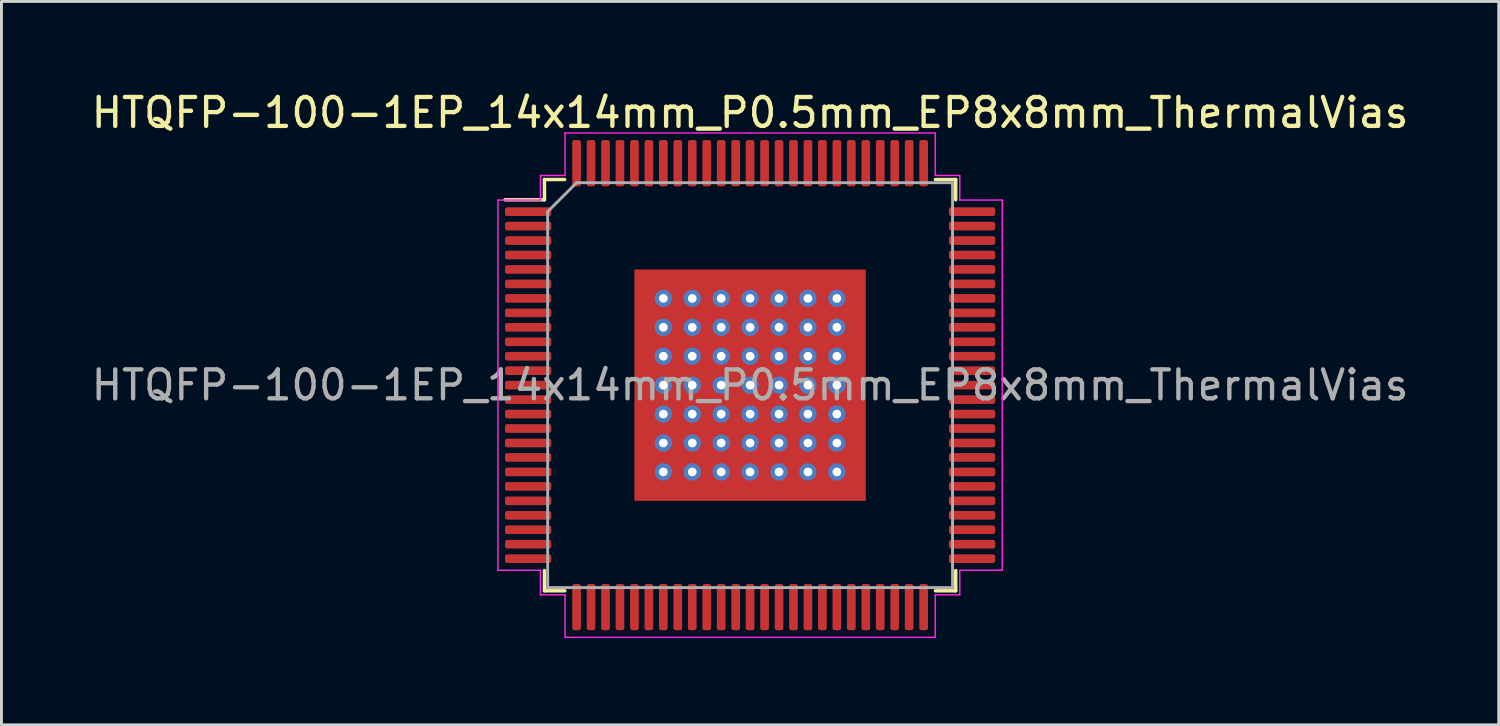
<source format=kicad_pcb>
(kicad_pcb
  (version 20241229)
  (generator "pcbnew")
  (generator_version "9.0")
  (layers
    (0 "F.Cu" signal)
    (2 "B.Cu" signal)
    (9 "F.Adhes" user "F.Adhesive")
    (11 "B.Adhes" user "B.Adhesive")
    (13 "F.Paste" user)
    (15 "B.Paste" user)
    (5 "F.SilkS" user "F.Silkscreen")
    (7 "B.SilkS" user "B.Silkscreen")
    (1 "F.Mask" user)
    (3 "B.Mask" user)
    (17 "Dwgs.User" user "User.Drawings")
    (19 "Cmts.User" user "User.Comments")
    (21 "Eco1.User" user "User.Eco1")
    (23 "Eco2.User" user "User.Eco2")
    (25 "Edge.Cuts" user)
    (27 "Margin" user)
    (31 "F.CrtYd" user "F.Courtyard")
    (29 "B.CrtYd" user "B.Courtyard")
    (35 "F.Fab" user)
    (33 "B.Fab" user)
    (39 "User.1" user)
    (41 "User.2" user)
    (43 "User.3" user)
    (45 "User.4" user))
  (footprint "HTQFP-100-1EP_14x14mm_P0.5mm_EP8x8mm_ThermalVias"
    (layer "F.Cu")
    (at 22.887 10.268)
    (property "Reference" "HTQFP-100-1EP_14x14mm_P0.5mm_EP8x8mm_ThermalVias" (at 0 -9.42 0) (layer "F.SilkS") (effects (font (size 1 1) (thickness 0.15))))
    (attr smd)
    (fp_line (start -7.11 -7.11) (end -7.11 -6.41) (stroke (width 0.12) (type solid)) (layer "F.SilkS"))
    (fp_line (start -7.11 -6.41) (end -8.475 -6.41) (stroke (width 0.12) (type solid)) (layer "F.SilkS"))
    (fp_line (start -7.11 7.11) (end -7.11 6.41) (stroke (width 0.12) (type solid)) (layer "F.SilkS"))
    (fp_line (start -6.41 -7.11) (end -7.11 -7.11) (stroke (width 0.12) (type solid)) (layer "F.SilkS"))
    (fp_line (start -6.41 7.11) (end -7.11 7.11) (stroke (width 0.12) (type solid)) (layer "F.SilkS"))
    (fp_line (start 6.41 -7.11) (end 7.11 -7.11) (stroke (width 0.12) (type solid)) (layer "F.SilkS"))
    (fp_line (start 6.41 7.11) (end 7.11 7.11) (stroke (width 0.12) (type solid)) (layer "F.SilkS"))
    (fp_line (start 7.11 -7.11) (end 7.11 -6.41) (stroke (width 0.12) (type solid)) (layer "F.SilkS"))
    (fp_line (start 7.11 7.11) (end 7.11 6.41) (stroke (width 0.12) (type solid)) (layer "F.SilkS"))
    (fp_line (start -8.72 -6.4) (end -8.72 0) (stroke (width 0.05) (type solid)) (layer "F.CrtYd"))
    (fp_line (start -8.72 6.4) (end -8.72 0) (stroke (width 0.05) (type solid)) (layer "F.CrtYd"))
    (fp_line (start -7.25 -7.25) (end -7.25 -6.4) (stroke (width 0.05) (type solid)) (layer "F.CrtYd"))
    (fp_line (start -7.25 -6.4) (end -8.72 -6.4) (stroke (width 0.05) (type solid)) (layer "F.CrtYd"))
    (fp_line (start -7.25 6.4) (end -8.72 6.4) (stroke (width 0.05) (type solid)) (layer "F.CrtYd"))
    (fp_line (start -7.25 7.25) (end -7.25 6.4) (stroke (width 0.05) (type solid)) (layer "F.CrtYd"))
    (fp_line (start -6.4 -8.72) (end -6.4 -7.25) (stroke (width 0.05) (type solid)) (layer "F.CrtYd"))
    (fp_line (start -6.4 -7.25) (end -7.25 -7.25) (stroke (width 0.05) (type solid)) (layer "F.CrtYd"))
    (fp_line (start -6.4 7.25) (end -7.25 7.25) (stroke (width 0.05) (type solid)) (layer "F.CrtYd"))
    (fp_line (start -6.4 8.72) (end -6.4 7.25) (stroke (width 0.05) (type solid)) (layer "F.CrtYd"))
    (fp_line (start 0 -8.72) (end -6.4 -8.72) (stroke (width 0.05) (type solid)) (layer "F.CrtYd"))
    (fp_line (start 0 -8.72) (end 6.4 -8.72) (stroke (width 0.05) (type solid)) (layer "F.CrtYd"))
    (fp_line (start 0 8.72) (end -6.4 8.72) (stroke (width 0.05) (type solid)) (layer "F.CrtYd"))
    (fp_line (start 0 8.72) (end 6.4 8.72) (stroke (width 0.05) (type solid)) (layer "F.CrtYd"))
    (fp_line (start 6.4 -8.72) (end 6.4 -7.25) (stroke (width 0.05) (type solid)) (layer "F.CrtYd"))
    (fp_line (start 6.4 -7.25) (end 7.25 -7.25) (stroke (width 0.05) (type solid)) (layer "F.CrtYd"))
    (fp_line (start 6.4 7.25) (end 7.25 7.25) (stroke (width 0.05) (type solid)) (layer "F.CrtYd"))
    (fp_line (start 6.4 8.72) (end 6.4 7.25) (stroke (width 0.05) (type solid)) (layer "F.CrtYd"))
    (fp_line (start 7.25 -7.25) (end 7.25 -6.4) (stroke (width 0.05) (type solid)) (layer "F.CrtYd"))
    (fp_line (start 7.25 -6.4) (end 8.72 -6.4) (stroke (width 0.05) (type solid)) (layer "F.CrtYd"))
    (fp_line (start 7.25 6.4) (end 8.72 6.4) (stroke (width 0.05) (type solid)) (layer "F.CrtYd"))
    (fp_line (start 7.25 7.25) (end 7.25 6.4) (stroke (width 0.05) (type solid)) (layer "F.CrtYd"))
    (fp_line (start 8.72 -6.4) (end 8.72 0) (stroke (width 0.05) (type solid)) (layer "F.CrtYd"))
    (fp_line (start 8.72 6.4) (end 8.72 0) (stroke (width 0.05) (type solid)) (layer "F.CrtYd"))
    (fp_line (start -7 -6) (end -6 -7) (stroke (width 0.1) (type solid)) (layer "F.Fab"))
    (fp_line (start -7 7) (end -7 -6) (stroke (width 0.1) (type solid)) (layer "F.Fab"))
    (fp_line (start -6 -7) (end 7 -7) (stroke (width 0.1) (type solid)) (layer "F.Fab"))
    (fp_line (start 7 -7) (end 7 7) (stroke (width 0.1) (type solid)) (layer "F.Fab"))
    (fp_line (start 7 7) (end -7 7) (stroke (width 0.1) (type solid)) (layer "F.Fab"))
    (fp_text user "${REFERENCE}" (at 0 0 0) (layer "F.Fab") (effects (font (size 1 1) (thickness 0.15))))
    (pad "" smd roundrect (at -3.4 -3.4) (size 0.55 0.55) (layers "F.Paste") (roundrect_rratio 0.25))
    (pad "" smd roundrect (at -3.4 -2.5) (size 0.55 0.8) (layers "F.Paste") (roundrect_rratio 0.25))
    (pad "" smd roundrect (at -3.4 -1.5) (size 0.55 0.8) (layers "F.Paste") (roundrect_rratio 0.25))
    (pad "" smd roundrect (at -3.4 -0.5) (size 0.55 0.8) (layers "F.Paste") (roundrect_rratio 0.25))
    (pad "" smd roundrect (at -3.4 0.5) (size 0.55 0.8) (layers "F.Paste") (roundrect_rratio 0.25))
    (pad "" smd roundrect (at -3.4 1.5) (size 0.55 0.8) (layers "F.Paste") (roundrect_rratio 0.25))
    (pad "" smd roundrect (at -3.4 2.5) (size 0.55 0.8) (layers "F.Paste") (roundrect_rratio 0.25))
    (pad "" smd roundrect (at -3.4 3.4) (size 0.55 0.55) (layers "F.Paste") (roundrect_rratio 0.25))
    (pad "" smd roundrect (at -2.5 -3.4) (size 0.8 0.55) (layers "F.Paste") (roundrect_rratio 0.25))
    (pad "" smd roundrect (at -2.5 -2.5) (size 0.8 0.8) (layers "F.Paste") (roundrect_rratio 0.25))
    (pad "" smd roundrect (at -2.5 -1.5) (size 0.8 0.8) (layers "F.Paste") (roundrect_rratio 0.25))
    (pad "" smd roundrect (at -2.5 -0.5) (size 0.8 0.8) (layers "F.Paste") (roundrect_rratio 0.25))
    (pad "" smd roundrect (at -2.5 0.5) (size 0.8 0.8) (layers "F.Paste") (roundrect_rratio 0.25))
    (pad "" smd roundrect (at -2.5 1.5) (size 0.8 0.8) (layers "F.Paste") (roundrect_rratio 0.25))
    (pad "" smd roundrect (at -2.5 2.5) (size 0.8 0.8) (layers "F.Paste") (roundrect_rratio 0.25))
    (pad "" smd roundrect (at -2.5 3.4) (size 0.8 0.55) (layers "F.Paste") (roundrect_rratio 0.25))
    (pad "" smd roundrect (at -1.5 -3.4) (size 0.8 0.55) (layers "F.Paste") (roundrect_rratio 0.25))
    (pad "" smd roundrect (at -1.5 -2.5) (size 0.8 0.8) (layers "F.Paste") (roundrect_rratio 0.25))
    (pad "" smd roundrect (at -1.5 -1.5) (size 0.8 0.8) (layers "F.Paste") (roundrect_rratio 0.25))
    (pad "" smd roundrect (at -1.5 -0.5) (size 0.8 0.8) (layers "F.Paste") (roundrect_rratio 0.25))
    (pad "" smd roundrect (at -1.5 0.5) (size 0.8 0.8) (layers "F.Paste") (roundrect_rratio 0.25))
    (pad "" smd roundrect (at -1.5 1.5) (size 0.8 0.8) (layers "F.Paste") (roundrect_rratio 0.25))
    (pad "" smd roundrect (at -1.5 2.5) (size 0.8 0.8) (layers "F.Paste") (roundrect_rratio 0.25))
    (pad "" smd roundrect (at -1.5 3.4) (size 0.8 0.55) (layers "F.Paste") (roundrect_rratio 0.25))
    (pad "" smd roundrect (at -0.5 -3.4) (size 0.8 0.55) (layers "F.Paste") (roundrect_rratio 0.25))
    (pad "" smd roundrect (at -0.5 -2.5) (size 0.8 0.8) (layers "F.Paste") (roundrect_rratio 0.25))
    (pad "" smd roundrect (at -0.5 -1.5) (size 0.8 0.8) (layers "F.Paste") (roundrect_rratio 0.25))
    (pad "" smd roundrect (at -0.5 -0.5) (size 0.8 0.8) (layers "F.Paste") (roundrect_rratio 0.25))
    (pad "" smd roundrect (at -0.5 0.5) (size 0.8 0.8) (layers "F.Paste") (roundrect_rratio 0.25))
    (pad "" smd roundrect (at -0.5 1.5) (size 0.8 0.8) (layers "F.Paste") (roundrect_rratio 0.25))
    (pad "" smd roundrect (at -0.5 2.5) (size 0.8 0.8) (layers "F.Paste") (roundrect_rratio 0.25))
    (pad "" smd roundrect (at -0.5 3.4) (size 0.8 0.55) (layers "F.Paste") (roundrect_rratio 0.25))
    (pad "" smd roundrect (at 0.5 -3.4) (size 0.8 0.55) (layers "F.Paste") (roundrect_rratio 0.25))
    (pad "" smd roundrect (at 0.5 -2.5) (size 0.8 0.8) (layers "F.Paste") (roundrect_rratio 0.25))
    (pad "" smd roundrect (at 0.5 -1.5) (size 0.8 0.8) (layers "F.Paste") (roundrect_rratio 0.25))
    (pad "" smd roundrect (at 0.5 -0.5) (size 0.8 0.8) (layers "F.Paste") (roundrect_rratio 0.25))
    (pad "" smd roundrect (at 0.5 0.5) (size 0.8 0.8) (layers "F.Paste") (roundrect_rratio 0.25))
    (pad "" smd roundrect (at 0.5 1.5) (size 0.8 0.8) (layers "F.Paste") (roundrect_rratio 0.25))
    (pad "" smd roundrect (at 0.5 2.5) (size 0.8 0.8) (layers "F.Paste") (roundrect_rratio 0.25))
    (pad "" smd roundrect (at 0.5 3.4) (size 0.8 0.55) (layers "F.Paste") (roundrect_rratio 0.25))
    (pad "" smd roundrect (at 1.5 -3.4) (size 0.8 0.55) (layers "F.Paste") (roundrect_rratio 0.25))
    (pad "" smd roundrect (at 1.5 -2.5) (size 0.8 0.8) (layers "F.Paste") (roundrect_rratio 0.25))
    (pad "" smd roundrect (at 1.5 -1.5) (size 0.8 0.8) (layers "F.Paste") (roundrect_rratio 0.25))
    (pad "" smd roundrect (at 1.5 -0.5) (size 0.8 0.8) (layers "F.Paste") (roundrect_rratio 0.25))
    (pad "" smd roundrect (at 1.5 0.5) (size 0.8 0.8) (layers "F.Paste") (roundrect_rratio 0.25))
    (pad "" smd roundrect (at 1.5 1.5) (size 0.8 0.8) (layers "F.Paste") (roundrect_rratio 0.25))
    (pad "" smd roundrect (at 1.5 2.5) (size 0.8 0.8) (layers "F.Paste") (roundrect_rratio 0.25))
    (pad "" smd roundrect (at 1.5 3.4) (size 0.8 0.55) (layers "F.Paste") (roundrect_rratio 0.25))
    (pad "" smd roundrect (at 2.5 -3.4) (size 0.8 0.55) (layers "F.Paste") (roundrect_rratio 0.25))
    (pad "" smd roundrect (at 2.5 -2.5) (size 0.8 0.8) (layers "F.Paste") (roundrect_rratio 0.25))
    (pad "" smd roundrect (at 2.5 -1.5) (size 0.8 0.8) (layers "F.Paste") (roundrect_rratio 0.25))
    (pad "" smd roundrect (at 2.5 -0.5) (size 0.8 0.8) (layers "F.Paste") (roundrect_rratio 0.25))
    (pad "" smd roundrect (at 2.5 0.5) (size 0.8 0.8) (layers "F.Paste") (roundrect_rratio 0.25))
    (pad "" smd roundrect (at 2.5 1.5) (size 0.8 0.8) (layers "F.Paste") (roundrect_rratio 0.25))
    (pad "" smd roundrect (at 2.5 2.5) (size 0.8 0.8) (layers "F.Paste") (roundrect_rratio 0.25))
    (pad "" smd roundrect (at 2.5 3.4) (size 0.8 0.55) (layers "F.Paste") (roundrect_rratio 0.25))
    (pad "" smd roundrect (at 3.4 -3.4) (size 0.55 0.55) (layers "F.Paste") (roundrect_rratio 0.25))
    (pad "" smd roundrect (at 3.4 -2.5) (size 0.55 0.8) (layers "F.Paste") (roundrect_rratio 0.25))
    (pad "" smd roundrect (at 3.4 -1.5) (size 0.55 0.8) (layers "F.Paste") (roundrect_rratio 0.25))
    (pad "" smd roundrect (at 3.4 -0.5) (size 0.55 0.8) (layers "F.Paste") (roundrect_rratio 0.25))
    (pad "" smd roundrect (at 3.4 0.5) (size 0.55 0.8) (layers "F.Paste") (roundrect_rratio 0.25))
    (pad "" smd roundrect (at 3.4 1.5) (size 0.55 0.8) (layers "F.Paste") (roundrect_rratio 0.25))
    (pad "" smd roundrect (at 3.4 2.5) (size 0.55 0.8) (layers "F.Paste") (roundrect_rratio 0.25))
    (pad "" smd roundrect (at 3.4 3.4) (size 0.55 0.55) (layers "F.Paste") (roundrect_rratio 0.25))
    (pad "1" smd roundrect (at -7.675 -6) (size 1.6 0.3) (layers "F.Cu" "F.Mask" "F.Paste") (roundrect_rratio 0.25))
    (pad "2" smd roundrect (at -7.675 -5.5) (size 1.6 0.3) (layers "F.Cu" "F.Mask" "F.Paste") (roundrect_rratio 0.25))
    (pad "3" smd roundrect (at -7.675 -5) (size 1.6 0.3) (layers "F.Cu" "F.Mask" "F.Paste") (roundrect_rratio 0.25))
    (pad "4" smd roundrect (at -7.675 -4.5) (size 1.6 0.3) (layers "F.Cu" "F.Mask" "F.Paste") (roundrect_rratio 0.25))
    (pad "5" smd roundrect (at -7.675 -4) (size 1.6 0.3) (layers "F.Cu" "F.Mask" "F.Paste") (roundrect_rratio 0.25))
    (pad "6" smd roundrect (at -7.675 -3.5) (size 1.6 0.3) (layers "F.Cu" "F.Mask" "F.Paste") (roundrect_rratio 0.25))
    (pad "7" smd roundrect (at -7.675 -3) (size 1.6 0.3) (layers "F.Cu" "F.Mask" "F.Paste") (roundrect_rratio 0.25))
    (pad "8" smd roundrect (at -7.675 -2.5) (size 1.6 0.3) (layers "F.Cu" "F.Mask" "F.Paste") (roundrect_rratio 0.25))
    (pad "9" smd roundrect (at -7.675 -2) (size 1.6 0.3) (layers "F.Cu" "F.Mask" "F.Paste") (roundrect_rratio 0.25))
    (pad "10" smd roundrect (at -7.675 -1.5) (size 1.6 0.3) (layers "F.Cu" "F.Mask" "F.Paste") (roundrect_rratio 0.25))
    (pad "11" smd roundrect (at -7.675 -1) (size 1.6 0.3) (layers "F.Cu" "F.Mask" "F.Paste") (roundrect_rratio 0.25))
    (pad "12" smd roundrect (at -7.675 -0.5) (size 1.6 0.3) (layers "F.Cu" "F.Mask" "F.Paste") (roundrect_rratio 0.25))
    (pad "13" smd roundrect (at -7.675 0) (size 1.6 0.3) (layers "F.Cu" "F.Mask" "F.Paste") (roundrect_rratio 0.25))
    (pad "14" smd roundrect (at -7.675 0.5) (size 1.6 0.3) (layers "F.Cu" "F.Mask" "F.Paste") (roundrect_rratio 0.25))
    (pad "15" smd roundrect (at -7.675 1) (size 1.6 0.3) (layers "F.Cu" "F.Mask" "F.Paste") (roundrect_rratio 0.25))
    (pad "16" smd roundrect (at -7.675 1.5) (size 1.6 0.3) (layers "F.Cu" "F.Mask" "F.Paste") (roundrect_rratio 0.25))
    (pad "17" smd roundrect (at -7.675 2) (size 1.6 0.3) (layers "F.Cu" "F.Mask" "F.Paste") (roundrect_rratio 0.25))
    (pad "18" smd roundrect (at -7.675 2.5) (size 1.6 0.3) (layers "F.Cu" "F.Mask" "F.Paste") (roundrect_rratio 0.25))
    (pad "19" smd roundrect (at -7.675 3) (size 1.6 0.3) (layers "F.Cu" "F.Mask" "F.Paste") (roundrect_rratio 0.25))
    (pad "20" smd roundrect (at -7.675 3.5) (size 1.6 0.3) (layers "F.Cu" "F.Mask" "F.Paste") (roundrect_rratio 0.25))
    (pad "21" smd roundrect (at -7.675 4) (size 1.6 0.3) (layers "F.Cu" "F.Mask" "F.Paste") (roundrect_rratio 0.25))
    (pad "22" smd roundrect (at -7.675 4.5) (size 1.6 0.3) (layers "F.Cu" "F.Mask" "F.Paste") (roundrect_rratio 0.25))
    (pad "23" smd roundrect (at -7.675 5) (size 1.6 0.3) (layers "F.Cu" "F.Mask" "F.Paste") (roundrect_rratio 0.25))
    (pad "24" smd roundrect (at -7.675 5.5) (size 1.6 0.3) (layers "F.Cu" "F.Mask" "F.Paste") (roundrect_rratio 0.25))
    (pad "25" smd roundrect (at -7.675 6) (size 1.6 0.3) (layers "F.Cu" "F.Mask" "F.Paste") (roundrect_rratio 0.25))
    (pad "26" smd roundrect (at -6 7.675) (size 0.3 1.6) (layers "F.Cu" "F.Mask" "F.Paste") (roundrect_rratio 0.25))
    (pad "27" smd roundrect (at -5.5 7.675) (size 0.3 1.6) (layers "F.Cu" "F.Mask" "F.Paste") (roundrect_rratio 0.25))
    (pad "28" smd roundrect (at -5 7.675) (size 0.3 1.6) (layers "F.Cu" "F.Mask" "F.Paste") (roundrect_rratio 0.25))
    (pad "29" smd roundrect (at -4.5 7.675) (size 0.3 1.6) (layers "F.Cu" "F.Mask" "F.Paste") (roundrect_rratio 0.25))
    (pad "30" smd roundrect (at -4 7.675) (size 0.3 1.6) (layers "F.Cu" "F.Mask" "F.Paste") (roundrect_rratio 0.25))
    (pad "31" smd roundrect (at -3.5 7.675) (size 0.3 1.6) (layers "F.Cu" "F.Mask" "F.Paste") (roundrect_rratio 0.25))
    (pad "32" smd roundrect (at -3 7.675) (size 0.3 1.6) (layers "F.Cu" "F.Mask" "F.Paste") (roundrect_rratio 0.25))
    (pad "33" smd roundrect (at -2.5 7.675) (size 0.3 1.6) (layers "F.Cu" "F.Mask" "F.Paste") (roundrect_rratio 0.25))
    (pad "34" smd roundrect (at -2 7.675) (size 0.3 1.6) (layers "F.Cu" "F.Mask" "F.Paste") (roundrect_rratio 0.25))
    (pad "35" smd roundrect (at -1.5 7.675) (size 0.3 1.6) (layers "F.Cu" "F.Mask" "F.Paste") (roundrect_rratio 0.25))
    (pad "36" smd roundrect (at -1 7.675) (size 0.3 1.6) (layers "F.Cu" "F.Mask" "F.Paste") (roundrect_rratio 0.25))
    (pad "37" smd roundrect (at -0.5 7.675) (size 0.3 1.6) (layers "F.Cu" "F.Mask" "F.Paste") (roundrect_rratio 0.25))
    (pad "38" smd roundrect (at 0 7.675) (size 0.3 1.6) (layers "F.Cu" "F.Mask" "F.Paste") (roundrect_rratio 0.25))
    (pad "39" smd roundrect (at 0.5 7.675) (size 0.3 1.6) (layers "F.Cu" "F.Mask" "F.Paste") (roundrect_rratio 0.25))
    (pad "40" smd roundrect (at 1 7.675) (size 0.3 1.6) (layers "F.Cu" "F.Mask" "F.Paste") (roundrect_rratio 0.25))
    (pad "41" smd roundrect (at 1.5 7.675) (size 0.3 1.6) (layers "F.Cu" "F.Mask" "F.Paste") (roundrect_rratio 0.25))
    (pad "42" smd roundrect (at 2 7.675) (size 0.3 1.6) (layers "F.Cu" "F.Mask" "F.Paste") (roundrect_rratio 0.25))
    (pad "43" smd roundrect (at 2.5 7.675) (size 0.3 1.6) (layers "F.Cu" "F.Mask" "F.Paste") (roundrect_rratio 0.25))
    (pad "44" smd roundrect (at 3 7.675) (size 0.3 1.6) (layers "F.Cu" "F.Mask" "F.Paste") (roundrect_rratio 0.25))
    (pad "45" smd roundrect (at 3.5 7.675) (size 0.3 1.6) (layers "F.Cu" "F.Mask" "F.Paste") (roundrect_rratio 0.25))
    (pad "46" smd roundrect (at 4 7.675) (size 0.3 1.6) (layers "F.Cu" "F.Mask" "F.Paste") (roundrect_rratio 0.25))
    (pad "47" smd roundrect (at 4.5 7.675) (size 0.3 1.6) (layers "F.Cu" "F.Mask" "F.Paste") (roundrect_rratio 0.25))
    (pad "48" smd roundrect (at 5 7.675) (size 0.3 1.6) (layers "F.Cu" "F.Mask" "F.Paste") (roundrect_rratio 0.25))
    (pad "49" smd roundrect (at 5.5 7.675) (size 0.3 1.6) (layers "F.Cu" "F.Mask" "F.Paste") (roundrect_rratio 0.25))
    (pad "50" smd roundrect (at 6 7.675) (size 0.3 1.6) (layers "F.Cu" "F.Mask" "F.Paste") (roundrect_rratio 0.25))
    (pad "51" smd roundrect (at 7.675 6) (size 1.6 0.3) (layers "F.Cu" "F.Mask" "F.Paste") (roundrect_rratio 0.25))
    (pad "52" smd roundrect (at 7.675 5.5) (size 1.6 0.3) (layers "F.Cu" "F.Mask" "F.Paste") (roundrect_rratio 0.25))
    (pad "53" smd roundrect (at 7.675 5) (size 1.6 0.3) (layers "F.Cu" "F.Mask" "F.Paste") (roundrect_rratio 0.25))
    (pad "54" smd roundrect (at 7.675 4.5) (size 1.6 0.3) (layers "F.Cu" "F.Mask" "F.Paste") (roundrect_rratio 0.25))
    (pad "55" smd roundrect (at 7.675 4) (size 1.6 0.3) (layers "F.Cu" "F.Mask" "F.Paste") (roundrect_rratio 0.25))
    (pad "56" smd roundrect (at 7.675 3.5) (size 1.6 0.3) (layers "F.Cu" "F.Mask" "F.Paste") (roundrect_rratio 0.25))
    (pad "57" smd roundrect (at 7.675 3) (size 1.6 0.3) (layers "F.Cu" "F.Mask" "F.Paste") (roundrect_rratio 0.25))
    (pad "58" smd roundrect (at 7.675 2.5) (size 1.6 0.3) (layers "F.Cu" "F.Mask" "F.Paste") (roundrect_rratio 0.25))
    (pad "59" smd roundrect (at 7.675 2) (size 1.6 0.3) (layers "F.Cu" "F.Mask" "F.Paste") (roundrect_rratio 0.25))
    (pad "60" smd roundrect (at 7.675 1.5) (size 1.6 0.3) (layers "F.Cu" "F.Mask" "F.Paste") (roundrect_rratio 0.25))
    (pad "61" smd roundrect (at 7.675 1) (size 1.6 0.3) (layers "F.Cu" "F.Mask" "F.Paste") (roundrect_rratio 0.25))
    (pad "62" smd roundrect (at 7.675 0.5) (size 1.6 0.3) (layers "F.Cu" "F.Mask" "F.Paste") (roundrect_rratio 0.25))
    (pad "63" smd roundrect (at 7.675 0) (size 1.6 0.3) (layers "F.Cu" "F.Mask" "F.Paste") (roundrect_rratio 0.25))
    (pad "64" smd roundrect (at 7.675 -0.5) (size 1.6 0.3) (layers "F.Cu" "F.Mask" "F.Paste") (roundrect_rratio 0.25))
    (pad "65" smd roundrect (at 7.675 -1) (size 1.6 0.3) (layers "F.Cu" "F.Mask" "F.Paste") (roundrect_rratio 0.25))
    (pad "66" smd roundrect (at 7.675 -1.5) (size 1.6 0.3) (layers "F.Cu" "F.Mask" "F.Paste") (roundrect_rratio 0.25))
    (pad "67" smd roundrect (at 7.675 -2) (size 1.6 0.3) (layers "F.Cu" "F.Mask" "F.Paste") (roundrect_rratio 0.25))
    (pad "68" smd roundrect (at 7.675 -2.5) (size 1.6 0.3) (layers "F.Cu" "F.Mask" "F.Paste") (roundrect_rratio 0.25))
    (pad "69" smd roundrect (at 7.675 -3) (size 1.6 0.3) (layers "F.Cu" "F.Mask" "F.Paste") (roundrect_rratio 0.25))
    (pad "70" smd roundrect (at 7.675 -3.5) (size 1.6 0.3) (layers "F.Cu" "F.Mask" "F.Paste") (roundrect_rratio 0.25))
    (pad "71" smd roundrect (at 7.675 -4) (size 1.6 0.3) (layers "F.Cu" "F.Mask" "F.Paste") (roundrect_rratio 0.25))
    (pad "72" smd roundrect (at 7.675 -4.5) (size 1.6 0.3) (layers "F.Cu" "F.Mask" "F.Paste") (roundrect_rratio 0.25))
    (pad "73" smd roundrect (at 7.675 -5) (size 1.6 0.3) (layers "F.Cu" "F.Mask" "F.Paste") (roundrect_rratio 0.25))
    (pad "74" smd roundrect (at 7.675 -5.5) (size 1.6 0.3) (layers "F.Cu" "F.Mask" "F.Paste") (roundrect_rratio 0.25))
    (pad "75" smd roundrect (at 7.675 -6) (size 1.6 0.3) (layers "F.Cu" "F.Mask" "F.Paste") (roundrect_rratio 0.25))
    (pad "76" smd roundrect (at 6 -7.675) (size 0.3 1.6) (layers "F.Cu" "F.Mask" "F.Paste") (roundrect_rratio 0.25))
    (pad "77" smd roundrect (at 5.5 -7.675) (size 0.3 1.6) (layers "F.Cu" "F.Mask" "F.Paste") (roundrect_rratio 0.25))
    (pad "78" smd roundrect (at 5 -7.675) (size 0.3 1.6) (layers "F.Cu" "F.Mask" "F.Paste") (roundrect_rratio 0.25))
    (pad "79" smd roundrect (at 4.5 -7.675) (size 0.3 1.6) (layers "F.Cu" "F.Mask" "F.Paste") (roundrect_rratio 0.25))
    (pad "80" smd roundrect (at 4 -7.675) (size 0.3 1.6) (layers "F.Cu" "F.Mask" "F.Paste") (roundrect_rratio 0.25))
    (pad "81" smd roundrect (at 3.5 -7.675) (size 0.3 1.6) (layers "F.Cu" "F.Mask" "F.Paste") (roundrect_rratio 0.25))
    (pad "82" smd roundrect (at 3 -7.675) (size 0.3 1.6) (layers "F.Cu" "F.Mask" "F.Paste") (roundrect_rratio 0.25))
    (pad "83" smd roundrect (at 2.5 -7.675) (size 0.3 1.6) (layers "F.Cu" "F.Mask" "F.Paste") (roundrect_rratio 0.25))
    (pad "84" smd roundrect (at 2 -7.675) (size 0.3 1.6) (layers "F.Cu" "F.Mask" "F.Paste") (roundrect_rratio 0.25))
    (pad "85" smd roundrect (at 1.5 -7.675) (size 0.3 1.6) (layers "F.Cu" "F.Mask" "F.Paste") (roundrect_rratio 0.25))
    (pad "86" smd roundrect (at 1 -7.675) (size 0.3 1.6) (layers "F.Cu" "F.Mask" "F.Paste") (roundrect_rratio 0.25))
    (pad "87" smd roundrect (at 0.5 -7.675) (size 0.3 1.6) (layers "F.Cu" "F.Mask" "F.Paste") (roundrect_rratio 0.25))
    (pad "88" smd roundrect (at 0 -7.675) (size 0.3 1.6) (layers "F.Cu" "F.Mask" "F.Paste") (roundrect_rratio 0.25))
    (pad "89" smd roundrect (at -0.5 -7.675) (size 0.3 1.6) (layers "F.Cu" "F.Mask" "F.Paste") (roundrect_rratio 0.25))
    (pad "90" smd roundrect (at -1 -7.675) (size 0.3 1.6) (layers "F.Cu" "F.Mask" "F.Paste") (roundrect_rratio 0.25))
    (pad "91" smd roundrect (at -1.5 -7.675) (size 0.3 1.6) (layers "F.Cu" "F.Mask" "F.Paste") (roundrect_rratio 0.25))
    (pad "92" smd roundrect (at -2 -7.675) (size 0.3 1.6) (layers "F.Cu" "F.Mask" "F.Paste") (roundrect_rratio 0.25))
    (pad "93" smd roundrect (at -2.5 -7.675) (size 0.3 1.6) (layers "F.Cu" "F.Mask" "F.Paste") (roundrect_rratio 0.25))
    (pad "94" smd roundrect (at -3 -7.675) (size 0.3 1.6) (layers "F.Cu" "F.Mask" "F.Paste") (roundrect_rratio 0.25))
    (pad "95" smd roundrect (at -3.5 -7.675) (size 0.3 1.6) (layers "F.Cu" "F.Mask" "F.Paste") (roundrect_rratio 0.25))
    (pad "96" smd roundrect (at -4 -7.675) (size 0.3 1.6) (layers "F.Cu" "F.Mask" "F.Paste") (roundrect_rratio 0.25))
    (pad "97" smd roundrect (at -4.5 -7.675) (size 0.3 1.6) (layers "F.Cu" "F.Mask" "F.Paste") (roundrect_rratio 0.25))
    (pad "98" smd roundrect (at -5 -7.675) (size 0.3 1.6) (layers "F.Cu" "F.Mask" "F.Paste") (roundrect_rratio 0.25))
    (pad "99" smd roundrect (at -5.5 -7.675) (size 0.3 1.6) (layers "F.Cu" "F.Mask" "F.Paste") (roundrect_rratio 0.25))
    (pad "100" smd roundrect (at -6 -7.675) (size 0.3 1.6) (layers "F.Cu" "F.Mask" "F.Paste") (roundrect_rratio 0.25))
    (pad "101" thru_hole circle (at -3 -3) (size 0.6 0.6) (drill 0.3) (layers "*.Cu" "*.Mask"))
    (pad "101" thru_hole circle (at -3 -2) (size 0.6 0.6) (drill 0.3) (layers "*.Cu" "*.Mask"))
    (pad "101" thru_hole circle (at -3 -1) (size 0.6 0.6) (drill 0.3) (layers "*.Cu" "*.Mask"))
    (pad "101" thru_hole circle (at -3 0) (size 0.6 0.6) (drill 0.3) (layers "*.Cu" "*.Mask"))
    (pad "101" thru_hole circle (at -3 1) (size 0.6 0.6) (drill 0.3) (layers "*.Cu" "*.Mask"))
    (pad "101" thru_hole circle (at -3 2) (size 0.6 0.6) (drill 0.3) (layers "*.Cu" "*.Mask"))
    (pad "101" thru_hole circle (at -3 3) (size 0.6 0.6) (drill 0.3) (layers "*.Cu" "*.Mask"))
    (pad "101" thru_hole circle (at -2 -3) (size 0.6 0.6) (drill 0.3) (layers "*.Cu" "*.Mask"))
    (pad "101" thru_hole circle (at -2 -2) (size 0.6 0.6) (drill 0.3) (layers "*.Cu" "*.Mask"))
    (pad "101" thru_hole circle (at -2 -1) (size 0.6 0.6) (drill 0.3) (layers "*.Cu" "*.Mask"))
    (pad "101" thru_hole circle (at -2 0) (size 0.6 0.6) (drill 0.3) (layers "*.Cu" "*.Mask"))
    (pad "101" thru_hole circle (at -2 1) (size 0.6 0.6) (drill 0.3) (layers "*.Cu" "*.Mask"))
    (pad "101" thru_hole circle (at -2 2) (size 0.6 0.6) (drill 0.3) (layers "*.Cu" "*.Mask"))
    (pad "101" thru_hole circle (at -2 3) (size 0.6 0.6) (drill 0.3) (layers "*.Cu" "*.Mask"))
    (pad "101" thru_hole circle (at -1 -3) (size 0.6 0.6) (drill 0.3) (layers "*.Cu" "*.Mask"))
    (pad "101" thru_hole circle (at -1 -2) (size 0.6 0.6) (drill 0.3) (layers "*.Cu" "*.Mask"))
    (pad "101" thru_hole circle (at -1 -1) (size 0.6 0.6) (drill 0.3) (layers "*.Cu" "*.Mask"))
    (pad "101" thru_hole circle (at -1 0) (size 0.6 0.6) (drill 0.3) (layers "*.Cu" "*.Mask"))
    (pad "101" thru_hole circle (at -1 1) (size 0.6 0.6) (drill 0.3) (layers "*.Cu" "*.Mask"))
    (pad "101" thru_hole circle (at -1 2) (size 0.6 0.6) (drill 0.3) (layers "*.Cu" "*.Mask"))
    (pad "101" thru_hole circle (at -1 3) (size 0.6 0.6) (drill 0.3) (layers "*.Cu" "*.Mask"))
    (pad "101" thru_hole circle (at 0 -3) (size 0.6 0.6) (drill 0.3) (layers "*.Cu" "*.Mask"))
    (pad "101" thru_hole circle (at 0 -2) (size 0.6 0.6) (drill 0.3) (layers "*.Cu" "*.Mask"))
    (pad "101" thru_hole circle (at 0 -1) (size 0.6 0.6) (drill 0.3) (layers "*.Cu" "*.Mask"))
    (pad "101" thru_hole circle (at 0 0) (size 0.6 0.6) (drill 0.3) (layers "*.Cu" "*.Mask"))
    (pad "101" smd rect (at 0 0) (size 8 8) (layers "F.Cu" "F.Mask"))
    (pad "101" thru_hole circle (at 0 1) (size 0.6 0.6) (drill 0.3) (layers "*.Cu" "*.Mask"))
    (pad "101" thru_hole circle (at 0 2) (size 0.6 0.6) (drill 0.3) (layers "*.Cu" "*.Mask"))
    (pad "101" thru_hole circle (at 0 3) (size 0.6 0.6) (drill 0.3) (layers "*.Cu" "*.Mask"))
    (pad "101" thru_hole circle (at 1 -3) (size 0.6 0.6) (drill 0.3) (layers "*.Cu" "*.Mask"))
    (pad "101" thru_hole circle (at 1 -2) (size 0.6 0.6) (drill 0.3) (layers "*.Cu" "*.Mask"))
    (pad "101" thru_hole circle (at 1 -1) (size 0.6 0.6) (drill 0.3) (layers "*.Cu" "*.Mask"))
    (pad "101" thru_hole circle (at 1 0) (size 0.6 0.6) (drill 0.3) (layers "*.Cu" "*.Mask"))
    (pad "101" thru_hole circle (at 1 1) (size 0.6 0.6) (drill 0.3) (layers "*.Cu" "*.Mask"))
    (pad "101" thru_hole circle (at 1 2) (size 0.6 0.6) (drill 0.3) (layers "*.Cu" "*.Mask"))
    (pad "101" thru_hole circle (at 1 3) (size 0.6 0.6) (drill 0.3) (layers "*.Cu" "*.Mask"))
    (pad "101" thru_hole circle (at 2 -3) (size 0.6 0.6) (drill 0.3) (layers "*.Cu" "*.Mask"))
    (pad "101" thru_hole circle (at 2 -2) (size 0.6 0.6) (drill 0.3) (layers "*.Cu" "*.Mask"))
    (pad "101" thru_hole circle (at 2 -1) (size 0.6 0.6) (drill 0.3) (layers "*.Cu" "*.Mask"))
    (pad "101" thru_hole circle (at 2 0) (size 0.6 0.6) (drill 0.3) (layers "*.Cu" "*.Mask"))
    (pad "101" thru_hole circle (at 2 1) (size 0.6 0.6) (drill 0.3) (layers "*.Cu" "*.Mask"))
    (pad "101" thru_hole circle (at 2 2) (size 0.6 0.6) (drill 0.3) (layers "*.Cu" "*.Mask"))
    (pad "101" thru_hole circle (at 2 3) (size 0.6 0.6) (drill 0.3) (layers "*.Cu" "*.Mask"))
    (pad "101" thru_hole circle (at 3 -3) (size 0.6 0.6) (drill 0.3) (layers "*.Cu" "*.Mask"))
    (pad "101" thru_hole circle (at 3 -2) (size 0.6 0.6) (drill 0.3) (layers "*.Cu" "*.Mask"))
    (pad "101" thru_hole circle (at 3 -1) (size 0.6 0.6) (drill 0.3) (layers "*.Cu" "*.Mask"))
    (pad "101" thru_hole circle (at 3 0) (size 0.6 0.6) (drill 0.3) (layers "*.Cu" "*.Mask"))
    (pad "101" thru_hole circle (at 3 1) (size 0.6 0.6) (drill 0.3) (layers "*.Cu" "*.Mask"))
    (pad "101" thru_hole circle (at 3 2) (size 0.6 0.6) (drill 0.3) (layers "*.Cu" "*.Mask"))
    (pad "101" thru_hole circle (at 3 3) (size 0.6 0.6) (drill 0.3) (layers "*.Cu" "*.Mask")))
  (gr_rect
    (start -3 -3)
    (end 48.774 22.013)
    (stroke (width 0.1) (type default))
    (fill no)
    (layer "Edge.Cuts")))
</source>
